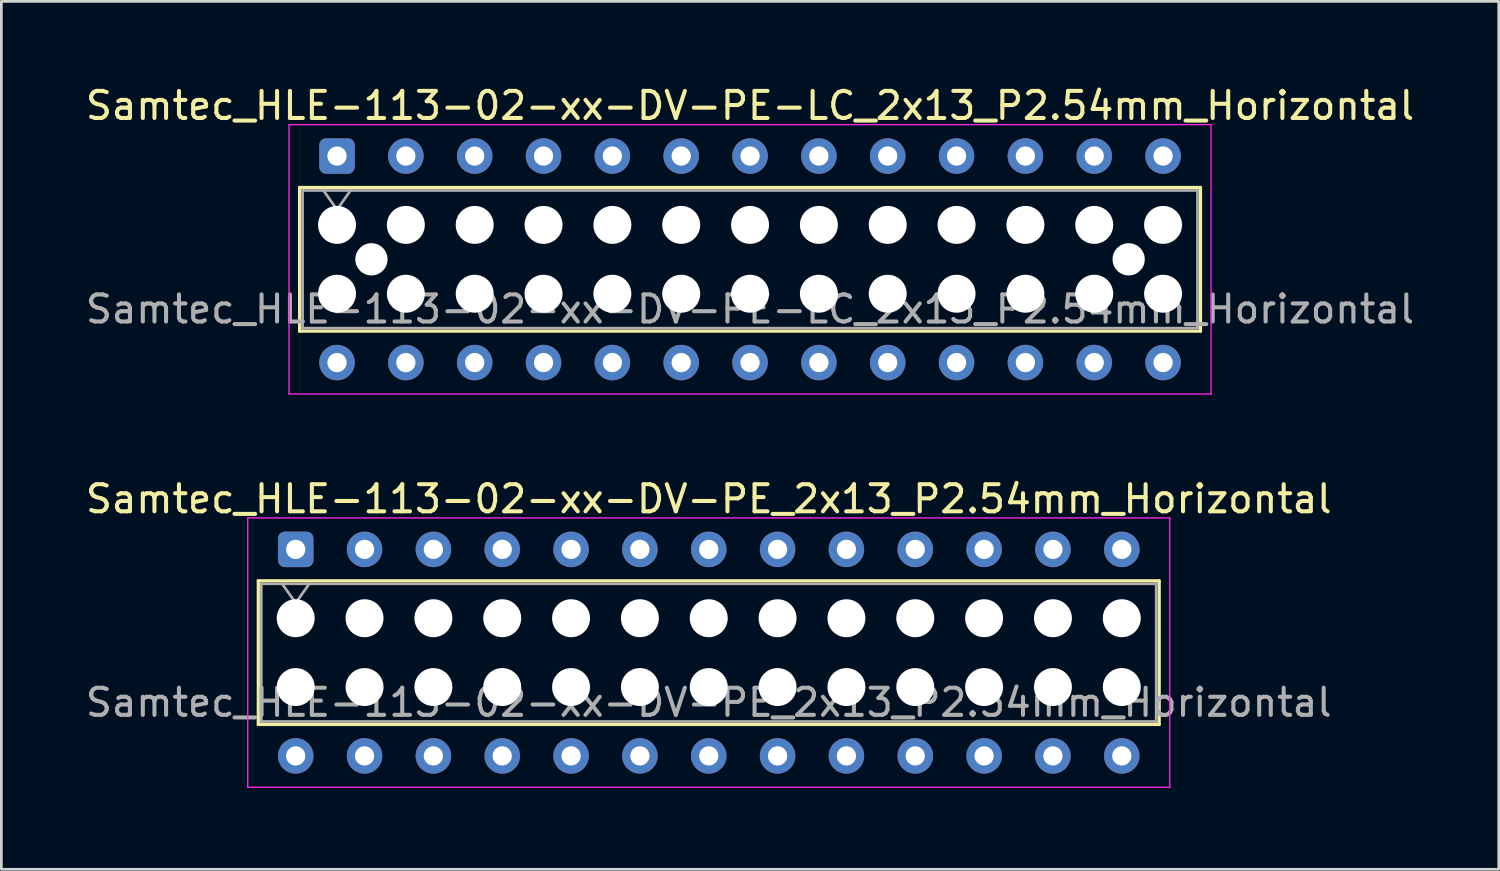
<source format=kicad_pcb>
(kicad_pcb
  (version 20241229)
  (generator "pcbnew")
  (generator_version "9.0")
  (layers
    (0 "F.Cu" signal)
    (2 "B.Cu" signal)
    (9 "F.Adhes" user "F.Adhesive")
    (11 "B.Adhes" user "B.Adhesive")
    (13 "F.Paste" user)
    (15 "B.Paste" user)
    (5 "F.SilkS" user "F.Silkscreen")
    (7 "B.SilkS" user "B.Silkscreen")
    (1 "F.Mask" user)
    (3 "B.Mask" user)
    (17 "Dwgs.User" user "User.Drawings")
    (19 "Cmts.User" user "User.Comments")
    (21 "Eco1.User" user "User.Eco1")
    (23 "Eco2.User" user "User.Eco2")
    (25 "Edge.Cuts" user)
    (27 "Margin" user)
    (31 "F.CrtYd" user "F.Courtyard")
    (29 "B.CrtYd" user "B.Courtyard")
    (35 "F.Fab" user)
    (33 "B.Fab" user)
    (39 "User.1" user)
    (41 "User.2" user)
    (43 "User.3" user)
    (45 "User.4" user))
  (footprint "Samtec_HLE-113-02-xx-DV-PE_2x13_P2.54mm_Horizontal"
    (layer "F.Cu")
    (at 7.861 17.221)
    (property "Reference" "Samtec_HLE-113-02-xx-DV-PE_2x13_P2.54mm_Horizontal" (at 15.24 -1.86 0) (layer "F.SilkS") (effects (font (size 1 1) (thickness 0.15))))
    (attr through_hole)
    (fp_line (start -1.38 1.16) (end 31.86 1.16) (stroke (width 0.12) (type solid)) (layer "F.SilkS"))
    (fp_line (start -1.38 6.46) (end -1.38 1.16) (stroke (width 0.12) (type solid)) (layer "F.SilkS"))
    (fp_line (start 31.86 1.16) (end 31.86 6.46) (stroke (width 0.12) (type solid)) (layer "F.SilkS"))
    (fp_line (start 31.86 6.46) (end -1.38 6.46) (stroke (width 0.12) (type solid)) (layer "F.SilkS"))
    (fp_line (start -1.77 -1.16) (end 32.25 -1.16) (stroke (width 0.05) (type solid)) (layer "F.CrtYd"))
    (fp_line (start -1.77 8.78) (end -1.77 -1.16) (stroke (width 0.05) (type solid)) (layer "F.CrtYd"))
    (fp_line (start 32.25 -1.16) (end 32.25 8.78) (stroke (width 0.05) (type solid)) (layer "F.CrtYd"))
    (fp_line (start 32.25 8.78) (end -1.77 8.78) (stroke (width 0.05) (type solid)) (layer "F.CrtYd"))
    (fp_line (start -1.27 1.27) (end 31.75 1.27) (stroke (width 0.1) (type solid)) (layer "F.Fab"))
    (fp_line (start -1.27 6.35) (end -1.27 1.27) (stroke (width 0.1) (type solid)) (layer "F.Fab"))
    (fp_line (start -0.5 1.27) (end 0 1.977) (stroke (width 0.1) (type solid)) (layer "F.Fab"))
    (fp_line (start 0 1.977) (end 0.5 1.27) (stroke (width 0.1) (type solid)) (layer "F.Fab"))
    (fp_line (start 31.75 1.27) (end 31.75 6.35) (stroke (width 0.1) (type solid)) (layer "F.Fab"))
    (fp_line (start 31.75 6.35) (end -1.27 6.35) (stroke (width 0.1) (type solid)) (layer "F.Fab"))
    (fp_text user "${REFERENCE}" (at 15.24 5.65 0) (layer "F.Fab") (effects (font (size 1 1) (thickness 0.15))))
    (pad "" np_thru_hole circle (at 0 2.54) (size 1.4 1.4) (drill 1.4) (layers "*.Cu" "*.Mask"))
    (pad "" np_thru_hole circle (at 0 5.08) (size 1.4 1.4) (drill 1.4) (layers "*.Cu" "*.Mask"))
    (pad "" np_thru_hole circle (at 2.54 2.54) (size 1.4 1.4) (drill 1.4) (layers "*.Cu" "*.Mask"))
    (pad "" np_thru_hole circle (at 2.54 5.08) (size 1.4 1.4) (drill 1.4) (layers "*.Cu" "*.Mask"))
    (pad "" np_thru_hole circle (at 5.08 2.54) (size 1.4 1.4) (drill 1.4) (layers "*.Cu" "*.Mask"))
    (pad "" np_thru_hole circle (at 5.08 5.08) (size 1.4 1.4) (drill 1.4) (layers "*.Cu" "*.Mask"))
    (pad "" np_thru_hole circle (at 7.62 2.54) (size 1.4 1.4) (drill 1.4) (layers "*.Cu" "*.Mask"))
    (pad "" np_thru_hole circle (at 7.62 5.08) (size 1.4 1.4) (drill 1.4) (layers "*.Cu" "*.Mask"))
    (pad "" np_thru_hole circle (at 10.16 2.54) (size 1.4 1.4) (drill 1.4) (layers "*.Cu" "*.Mask"))
    (pad "" np_thru_hole circle (at 10.16 5.08) (size 1.4 1.4) (drill 1.4) (layers "*.Cu" "*.Mask"))
    (pad "" np_thru_hole circle (at 12.7 2.54) (size 1.4 1.4) (drill 1.4) (layers "*.Cu" "*.Mask"))
    (pad "" np_thru_hole circle (at 12.7 5.08) (size 1.4 1.4) (drill 1.4) (layers "*.Cu" "*.Mask"))
    (pad "" np_thru_hole circle (at 15.24 2.54) (size 1.4 1.4) (drill 1.4) (layers "*.Cu" "*.Mask"))
    (pad "" np_thru_hole circle (at 15.24 5.08) (size 1.4 1.4) (drill 1.4) (layers "*.Cu" "*.Mask"))
    (pad "" np_thru_hole circle (at 17.78 2.54) (size 1.4 1.4) (drill 1.4) (layers "*.Cu" "*.Mask"))
    (pad "" np_thru_hole circle (at 17.78 5.08) (size 1.4 1.4) (drill 1.4) (layers "*.Cu" "*.Mask"))
    (pad "" np_thru_hole circle (at 20.32 2.54) (size 1.4 1.4) (drill 1.4) (layers "*.Cu" "*.Mask"))
    (pad "" np_thru_hole circle (at 20.32 5.08) (size 1.4 1.4) (drill 1.4) (layers "*.Cu" "*.Mask"))
    (pad "" np_thru_hole circle (at 22.86 2.54) (size 1.4 1.4) (drill 1.4) (layers "*.Cu" "*.Mask"))
    (pad "" np_thru_hole circle (at 22.86 5.08) (size 1.4 1.4) (drill 1.4) (layers "*.Cu" "*.Mask"))
    (pad "" np_thru_hole circle (at 25.4 2.54) (size 1.4 1.4) (drill 1.4) (layers "*.Cu" "*.Mask"))
    (pad "" np_thru_hole circle (at 25.4 5.08) (size 1.4 1.4) (drill 1.4) (layers "*.Cu" "*.Mask"))
    (pad "" np_thru_hole circle (at 27.94 2.54) (size 1.4 1.4) (drill 1.4) (layers "*.Cu" "*.Mask"))
    (pad "" np_thru_hole circle (at 27.94 5.08) (size 1.4 1.4) (drill 1.4) (layers "*.Cu" "*.Mask"))
    (pad "" np_thru_hole circle (at 30.48 2.54) (size 1.4 1.4) (drill 1.4) (layers "*.Cu" "*.Mask"))
    (pad "" np_thru_hole circle (at 30.48 5.08) (size 1.4 1.4) (drill 1.4) (layers "*.Cu" "*.Mask"))
    (pad "1" thru_hole roundrect (at 0 0) (size 1.31 1.31) (drill 0.71) (layers "*.Cu" "*.Mask") (roundrect_rratio 0.191))
    (pad "2" thru_hole circle (at 0 7.62) (size 1.31 1.31) (drill 0.71) (layers "*.Cu" "*.Mask"))
    (pad "3" thru_hole circle (at 2.54 0) (size 1.31 1.31) (drill 0.71) (layers "*.Cu" "*.Mask"))
    (pad "4" thru_hole circle (at 2.54 7.62) (size 1.31 1.31) (drill 0.71) (layers "*.Cu" "*.Mask"))
    (pad "5" thru_hole circle (at 5.08 0) (size 1.31 1.31) (drill 0.71) (layers "*.Cu" "*.Mask"))
    (pad "6" thru_hole circle (at 5.08 7.62) (size 1.31 1.31) (drill 0.71) (layers "*.Cu" "*.Mask"))
    (pad "7" thru_hole circle (at 7.62 0) (size 1.31 1.31) (drill 0.71) (layers "*.Cu" "*.Mask"))
    (pad "8" thru_hole circle (at 7.62 7.62) (size 1.31 1.31) (drill 0.71) (layers "*.Cu" "*.Mask"))
    (pad "9" thru_hole circle (at 10.16 0) (size 1.31 1.31) (drill 0.71) (layers "*.Cu" "*.Mask"))
    (pad "10" thru_hole circle (at 10.16 7.62) (size 1.31 1.31) (drill 0.71) (layers "*.Cu" "*.Mask"))
    (pad "11" thru_hole circle (at 12.7 0) (size 1.31 1.31) (drill 0.71) (layers "*.Cu" "*.Mask"))
    (pad "12" thru_hole circle (at 12.7 7.62) (size 1.31 1.31) (drill 0.71) (layers "*.Cu" "*.Mask"))
    (pad "13" thru_hole circle (at 15.24 0) (size 1.31 1.31) (drill 0.71) (layers "*.Cu" "*.Mask"))
    (pad "14" thru_hole circle (at 15.24 7.62) (size 1.31 1.31) (drill 0.71) (layers "*.Cu" "*.Mask"))
    (pad "15" thru_hole circle (at 17.78 0) (size 1.31 1.31) (drill 0.71) (layers "*.Cu" "*.Mask"))
    (pad "16" thru_hole circle (at 17.78 7.62) (size 1.31 1.31) (drill 0.71) (layers "*.Cu" "*.Mask"))
    (pad "17" thru_hole circle (at 20.32 0) (size 1.31 1.31) (drill 0.71) (layers "*.Cu" "*.Mask"))
    (pad "18" thru_hole circle (at 20.32 7.62) (size 1.31 1.31) (drill 0.71) (layers "*.Cu" "*.Mask"))
    (pad "19" thru_hole circle (at 22.86 0) (size 1.31 1.31) (drill 0.71) (layers "*.Cu" "*.Mask"))
    (pad "20" thru_hole circle (at 22.86 7.62) (size 1.31 1.31) (drill 0.71) (layers "*.Cu" "*.Mask"))
    (pad "21" thru_hole circle (at 25.4 0) (size 1.31 1.31) (drill 0.71) (layers "*.Cu" "*.Mask"))
    (pad "22" thru_hole circle (at 25.4 7.62) (size 1.31 1.31) (drill 0.71) (layers "*.Cu" "*.Mask"))
    (pad "23" thru_hole circle (at 27.94 0) (size 1.31 1.31) (drill 0.71) (layers "*.Cu" "*.Mask"))
    (pad "24" thru_hole circle (at 27.94 7.62) (size 1.31 1.31) (drill 0.71) (layers "*.Cu" "*.Mask"))
    (pad "25" thru_hole circle (at 30.48 0) (size 1.31 1.31) (drill 0.71) (layers "*.Cu" "*.Mask"))
    (pad "26" thru_hole circle (at 30.48 7.62) (size 1.31 1.31) (drill 0.71) (layers "*.Cu" "*.Mask")))
  (footprint "Samtec_HLE-113-02-xx-DV-PE-LC_2x13_P2.54mm_Horizontal"
    (layer "F.Cu")
    (at 9.385 2.708)
    (property "Reference" "Samtec_HLE-113-02-xx-DV-PE-LC_2x13_P2.54mm_Horizontal" (at 15.24 -1.86 0) (layer "F.SilkS") (effects (font (size 1 1) (thickness 0.15))))
    (attr through_hole)
    (fp_line (start -1.38 1.16) (end 31.86 1.16) (stroke (width 0.12) (type solid)) (layer "F.SilkS"))
    (fp_line (start -1.38 6.46) (end -1.38 1.16) (stroke (width 0.12) (type solid)) (layer "F.SilkS"))
    (fp_line (start 31.86 1.16) (end 31.86 6.46) (stroke (width 0.12) (type solid)) (layer "F.SilkS"))
    (fp_line (start 31.86 6.46) (end -1.38 6.46) (stroke (width 0.12) (type solid)) (layer "F.SilkS"))
    (fp_line (start -1.77 -1.16) (end 32.25 -1.16) (stroke (width 0.05) (type solid)) (layer "F.CrtYd"))
    (fp_line (start -1.77 8.78) (end -1.77 -1.16) (stroke (width 0.05) (type solid)) (layer "F.CrtYd"))
    (fp_line (start 32.25 -1.16) (end 32.25 8.78) (stroke (width 0.05) (type solid)) (layer "F.CrtYd"))
    (fp_line (start 32.25 8.78) (end -1.77 8.78) (stroke (width 0.05) (type solid)) (layer "F.CrtYd"))
    (fp_line (start -1.27 1.27) (end 31.75 1.27) (stroke (width 0.1) (type solid)) (layer "F.Fab"))
    (fp_line (start -1.27 6.35) (end -1.27 1.27) (stroke (width 0.1) (type solid)) (layer "F.Fab"))
    (fp_line (start -0.5 1.27) (end 0 1.977) (stroke (width 0.1) (type solid)) (layer "F.Fab"))
    (fp_line (start 0 1.977) (end 0.5 1.27) (stroke (width 0.1) (type solid)) (layer "F.Fab"))
    (fp_line (start 31.75 1.27) (end 31.75 6.35) (stroke (width 0.1) (type solid)) (layer "F.Fab"))
    (fp_line (start 31.75 6.35) (end -1.27 6.35) (stroke (width 0.1) (type solid)) (layer "F.Fab"))
    (fp_text user "${REFERENCE}" (at 15.24 5.65 0) (layer "F.Fab") (effects (font (size 1 1) (thickness 0.15))))
    (pad "" np_thru_hole circle (at 0 2.54) (size 1.4 1.4) (drill 1.4) (layers "*.Cu" "*.Mask"))
    (pad "" np_thru_hole circle (at 0 5.08) (size 1.4 1.4) (drill 1.4) (layers "*.Cu" "*.Mask"))
    (pad "" np_thru_hole circle (at 1.27 3.81) (size 1.19 1.19) (drill 1.19) (layers "*.Cu" "*.Mask"))
    (pad "" np_thru_hole circle (at 2.54 2.54) (size 1.4 1.4) (drill 1.4) (layers "*.Cu" "*.Mask"))
    (pad "" np_thru_hole circle (at 2.54 5.08) (size 1.4 1.4) (drill 1.4) (layers "*.Cu" "*.Mask"))
    (pad "" np_thru_hole circle (at 5.08 2.54) (size 1.4 1.4) (drill 1.4) (layers "*.Cu" "*.Mask"))
    (pad "" np_thru_hole circle (at 5.08 5.08) (size 1.4 1.4) (drill 1.4) (layers "*.Cu" "*.Mask"))
    (pad "" np_thru_hole circle (at 7.62 2.54) (size 1.4 1.4) (drill 1.4) (layers "*.Cu" "*.Mask"))
    (pad "" np_thru_hole circle (at 7.62 5.08) (size 1.4 1.4) (drill 1.4) (layers "*.Cu" "*.Mask"))
    (pad "" np_thru_hole circle (at 10.16 2.54) (size 1.4 1.4) (drill 1.4) (layers "*.Cu" "*.Mask"))
    (pad "" np_thru_hole circle (at 10.16 5.08) (size 1.4 1.4) (drill 1.4) (layers "*.Cu" "*.Mask"))
    (pad "" np_thru_hole circle (at 12.7 2.54) (size 1.4 1.4) (drill 1.4) (layers "*.Cu" "*.Mask"))
    (pad "" np_thru_hole circle (at 12.7 5.08) (size 1.4 1.4) (drill 1.4) (layers "*.Cu" "*.Mask"))
    (pad "" np_thru_hole circle (at 15.24 2.54) (size 1.4 1.4) (drill 1.4) (layers "*.Cu" "*.Mask"))
    (pad "" np_thru_hole circle (at 15.24 5.08) (size 1.4 1.4) (drill 1.4) (layers "*.Cu" "*.Mask"))
    (pad "" np_thru_hole circle (at 17.78 2.54) (size 1.4 1.4) (drill 1.4) (layers "*.Cu" "*.Mask"))
    (pad "" np_thru_hole circle (at 17.78 5.08) (size 1.4 1.4) (drill 1.4) (layers "*.Cu" "*.Mask"))
    (pad "" np_thru_hole circle (at 20.32 2.54) (size 1.4 1.4) (drill 1.4) (layers "*.Cu" "*.Mask"))
    (pad "" np_thru_hole circle (at 20.32 5.08) (size 1.4 1.4) (drill 1.4) (layers "*.Cu" "*.Mask"))
    (pad "" np_thru_hole circle (at 22.86 2.54) (size 1.4 1.4) (drill 1.4) (layers "*.Cu" "*.Mask"))
    (pad "" np_thru_hole circle (at 22.86 5.08) (size 1.4 1.4) (drill 1.4) (layers "*.Cu" "*.Mask"))
    (pad "" np_thru_hole circle (at 25.4 2.54) (size 1.4 1.4) (drill 1.4) (layers "*.Cu" "*.Mask"))
    (pad "" np_thru_hole circle (at 25.4 5.08) (size 1.4 1.4) (drill 1.4) (layers "*.Cu" "*.Mask"))
    (pad "" np_thru_hole circle (at 27.94 2.54) (size 1.4 1.4) (drill 1.4) (layers "*.Cu" "*.Mask"))
    (pad "" np_thru_hole circle (at 27.94 5.08) (size 1.4 1.4) (drill 1.4) (layers "*.Cu" "*.Mask"))
    (pad "" np_thru_hole circle (at 29.21 3.81) (size 1.19 1.19) (drill 1.19) (layers "*.Cu" "*.Mask"))
    (pad "" np_thru_hole circle (at 30.48 2.54) (size 1.4 1.4) (drill 1.4) (layers "*.Cu" "*.Mask"))
    (pad "" np_thru_hole circle (at 30.48 5.08) (size 1.4 1.4) (drill 1.4) (layers "*.Cu" "*.Mask"))
    (pad "1" thru_hole roundrect (at 0 0) (size 1.31 1.31) (drill 0.71) (layers "*.Cu" "*.Mask") (roundrect_rratio 0.191))
    (pad "2" thru_hole circle (at 0 7.62) (size 1.31 1.31) (drill 0.71) (layers "*.Cu" "*.Mask"))
    (pad "3" thru_hole circle (at 2.54 0) (size 1.31 1.31) (drill 0.71) (layers "*.Cu" "*.Mask"))
    (pad "4" thru_hole circle (at 2.54 7.62) (size 1.31 1.31) (drill 0.71) (layers "*.Cu" "*.Mask"))
    (pad "5" thru_hole circle (at 5.08 0) (size 1.31 1.31) (drill 0.71) (layers "*.Cu" "*.Mask"))
    (pad "6" thru_hole circle (at 5.08 7.62) (size 1.31 1.31) (drill 0.71) (layers "*.Cu" "*.Mask"))
    (pad "7" thru_hole circle (at 7.62 0) (size 1.31 1.31) (drill 0.71) (layers "*.Cu" "*.Mask"))
    (pad "8" thru_hole circle (at 7.62 7.62) (size 1.31 1.31) (drill 0.71) (layers "*.Cu" "*.Mask"))
    (pad "9" thru_hole circle (at 10.16 0) (size 1.31 1.31) (drill 0.71) (layers "*.Cu" "*.Mask"))
    (pad "10" thru_hole circle (at 10.16 7.62) (size 1.31 1.31) (drill 0.71) (layers "*.Cu" "*.Mask"))
    (pad "11" thru_hole circle (at 12.7 0) (size 1.31 1.31) (drill 0.71) (layers "*.Cu" "*.Mask"))
    (pad "12" thru_hole circle (at 12.7 7.62) (size 1.31 1.31) (drill 0.71) (layers "*.Cu" "*.Mask"))
    (pad "13" thru_hole circle (at 15.24 0) (size 1.31 1.31) (drill 0.71) (layers "*.Cu" "*.Mask"))
    (pad "14" thru_hole circle (at 15.24 7.62) (size 1.31 1.31) (drill 0.71) (layers "*.Cu" "*.Mask"))
    (pad "15" thru_hole circle (at 17.78 0) (size 1.31 1.31) (drill 0.71) (layers "*.Cu" "*.Mask"))
    (pad "16" thru_hole circle (at 17.78 7.62) (size 1.31 1.31) (drill 0.71) (layers "*.Cu" "*.Mask"))
    (pad "17" thru_hole circle (at 20.32 0) (size 1.31 1.31) (drill 0.71) (layers "*.Cu" "*.Mask"))
    (pad "18" thru_hole circle (at 20.32 7.62) (size 1.31 1.31) (drill 0.71) (layers "*.Cu" "*.Mask"))
    (pad "19" thru_hole circle (at 22.86 0) (size 1.31 1.31) (drill 0.71) (layers "*.Cu" "*.Mask"))
    (pad "20" thru_hole circle (at 22.86 7.62) (size 1.31 1.31) (drill 0.71) (layers "*.Cu" "*.Mask"))
    (pad "21" thru_hole circle (at 25.4 0) (size 1.31 1.31) (drill 0.71) (layers "*.Cu" "*.Mask"))
    (pad "22" thru_hole circle (at 25.4 7.62) (size 1.31 1.31) (drill 0.71) (layers "*.Cu" "*.Mask"))
    (pad "23" thru_hole circle (at 27.94 0) (size 1.31 1.31) (drill 0.71) (layers "*.Cu" "*.Mask"))
    (pad "24" thru_hole circle (at 27.94 7.62) (size 1.31 1.31) (drill 0.71) (layers "*.Cu" "*.Mask"))
    (pad "25" thru_hole circle (at 30.48 0) (size 1.31 1.31) (drill 0.71) (layers "*.Cu" "*.Mask"))
    (pad "26" thru_hole circle (at 30.48 7.62) (size 1.31 1.31) (drill 0.71) (layers "*.Cu" "*.Mask")))
  (gr_rect
    (start -3 -3)
    (end 52.25 29.026)
    (stroke (width 0.1) (type default))
    (fill no)
    (layer "Edge.Cuts")))
</source>
